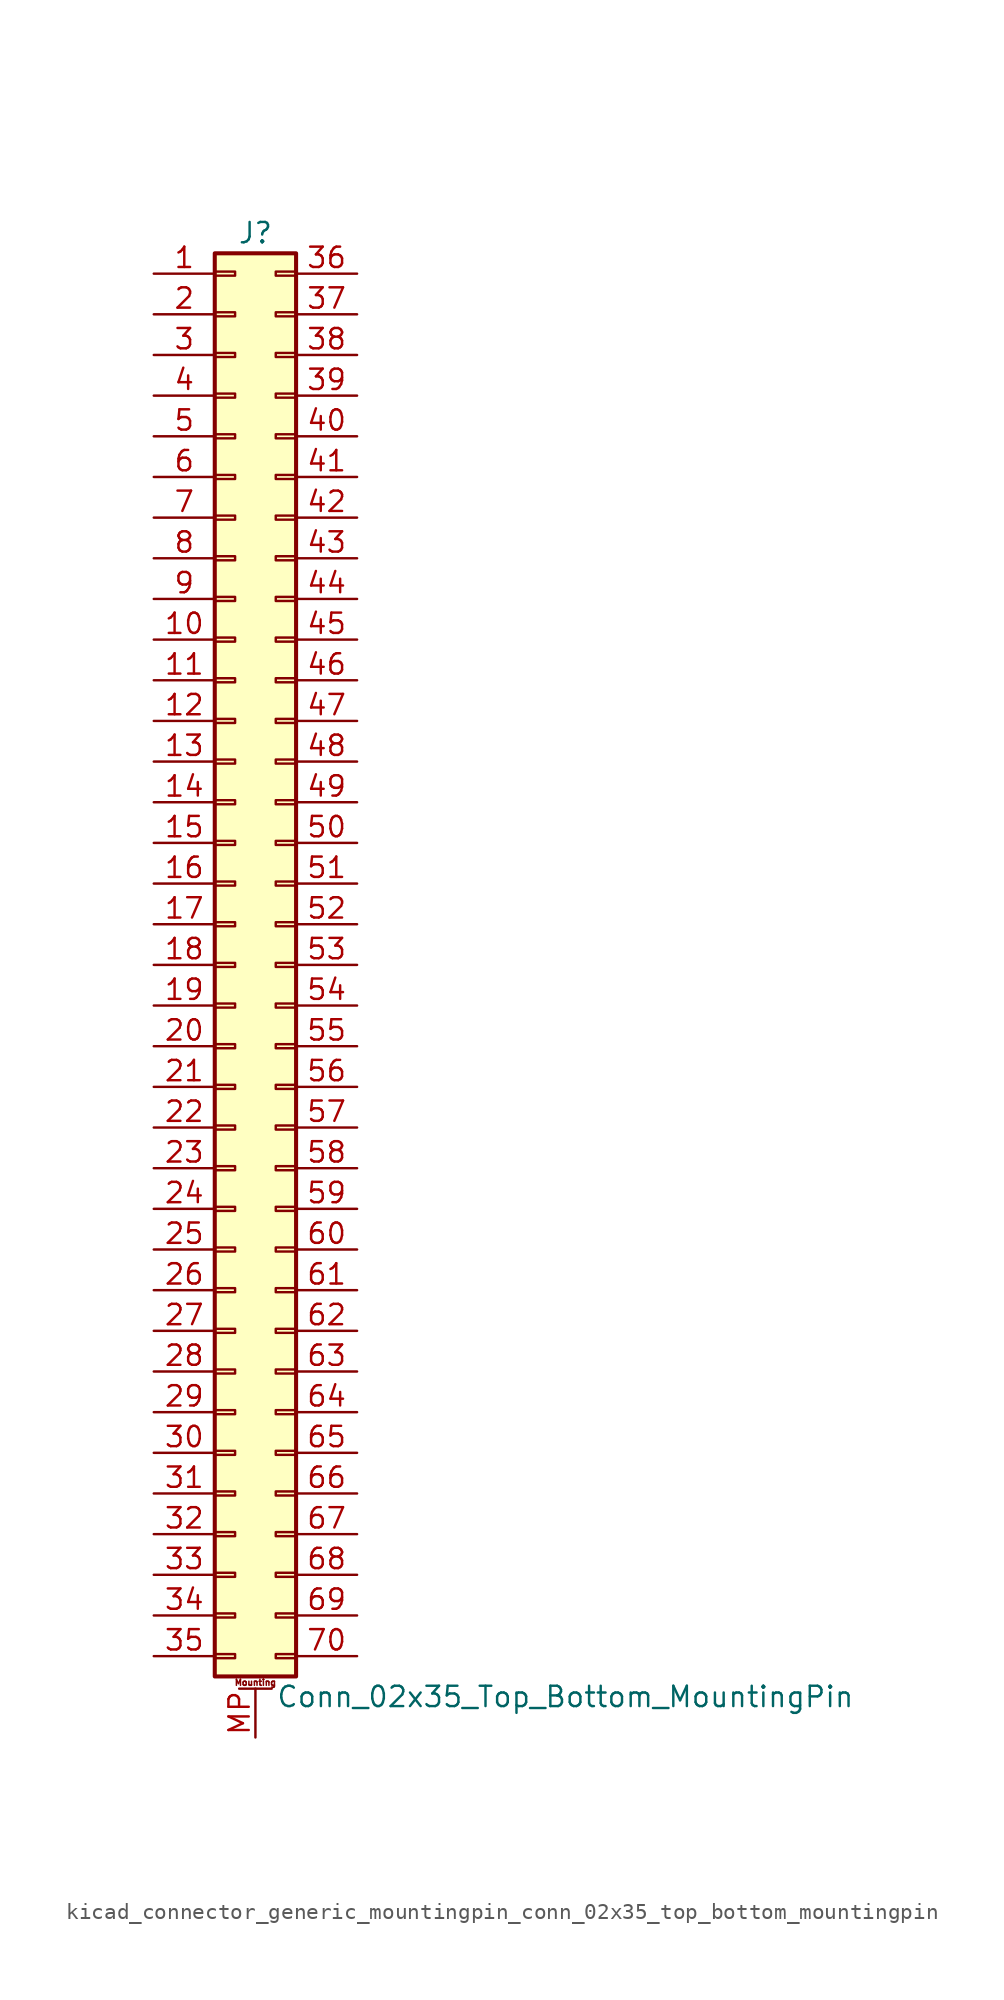
<source format=kicad_sym>
(kicad_symbol_lib
  (version 20220914)
  (generator kicad_symbol_editor)
  (symbol "kicad_connector_generic_mountingpin_conn_02x35_top_bottom_mountingpin"
    (pin_names
      (offset 1.016) hide)
    (property "Reference" "J"
      (at 1.27 45.72 0)
      (effects (font (size 1.27 1.27))))
    (property "Value" "Conn_02x35_Top_Bottom_MountingPin"
      (at 2.54 -45.72 0)
      (effects (font (size 1.27 1.27)) (justify left)))
    (symbol "kicad_connector_generic_mountingpin_conn_02x35_top_bottom_mountingpin_1_1"
      (rectangle (start -1.27 -43.053) (end 0 -43.307) (stroke (width 0.152) (type default)) (fill (type none)))
      (rectangle (start -1.27 -40.513) (end 0 -40.767) (stroke (width 0.152) (type default)) (fill (type none)))
      (rectangle (start -1.27 -37.973) (end 0 -38.227) (stroke (width 0.152) (type default)) (fill (type none)))
      (rectangle (start -1.27 -35.433) (end 0 -35.687) (stroke (width 0.152) (type default)) (fill (type none)))
      (rectangle (start -1.27 -32.893) (end 0 -33.147) (stroke (width 0.152) (type default)) (fill (type none)))
      (rectangle (start -1.27 -30.353) (end 0 -30.607) (stroke (width 0.152) (type default)) (fill (type none)))
      (rectangle (start -1.27 -27.813) (end 0 -28.067) (stroke (width 0.152) (type default)) (fill (type none)))
      (rectangle (start -1.27 -25.273) (end 0 -25.527) (stroke (width 0.152) (type default)) (fill (type none)))
      (rectangle (start -1.27 -22.733) (end 0 -22.987) (stroke (width 0.152) (type default)) (fill (type none)))
      (rectangle (start -1.27 -20.193) (end 0 -20.447) (stroke (width 0.152) (type default)) (fill (type none)))
      (rectangle (start -1.27 -17.653) (end 0 -17.907) (stroke (width 0.152) (type default)) (fill (type none)))
      (rectangle (start -1.27 -15.113) (end 0 -15.367) (stroke (width 0.152) (type default)) (fill (type none)))
      (rectangle (start -1.27 -12.573) (end 0 -12.827) (stroke (width 0.152) (type default)) (fill (type none)))
      (rectangle (start -1.27 -10.033) (end 0 -10.287) (stroke (width 0.152) (type default)) (fill (type none)))
      (rectangle (start -1.27 -7.493) (end 0 -7.747) (stroke (width 0.152) (type default)) (fill (type none)))
      (rectangle (start -1.27 -4.953) (end 0 -5.207) (stroke (width 0.152) (type default)) (fill (type none)))
      (rectangle (start -1.27 -2.413) (end 0 -2.667) (stroke (width 0.152) (type default)) (fill (type none)))
      (rectangle (start -1.27 0.127) (end 0 -0.127) (stroke (width 0.152) (type default)) (fill (type none)))
      (rectangle (start -1.27 2.667) (end 0 2.413) (stroke (width 0.152) (type default)) (fill (type none)))
      (rectangle (start -1.27 5.207) (end 0 4.953) (stroke (width 0.152) (type default)) (fill (type none)))
      (rectangle (start -1.27 7.747) (end 0 7.493) (stroke (width 0.152) (type default)) (fill (type none)))
      (rectangle (start -1.27 10.287) (end 0 10.033) (stroke (width 0.152) (type default)) (fill (type none)))
      (rectangle (start -1.27 12.827) (end 0 12.573) (stroke (width 0.152) (type default)) (fill (type none)))
      (rectangle (start -1.27 15.367) (end 0 15.113) (stroke (width 0.152) (type default)) (fill (type none)))
      (rectangle (start -1.27 17.907) (end 0 17.653) (stroke (width 0.152) (type default)) (fill (type none)))
      (rectangle (start -1.27 20.447) (end 0 20.193) (stroke (width 0.152) (type default)) (fill (type none)))
      (rectangle (start -1.27 22.987) (end 0 22.733) (stroke (width 0.152) (type default)) (fill (type none)))
      (rectangle (start -1.27 25.527) (end 0 25.273) (stroke (width 0.152) (type default)) (fill (type none)))
      (rectangle (start -1.27 28.067) (end 0 27.813) (stroke (width 0.152) (type default)) (fill (type none)))
      (rectangle (start -1.27 30.607) (end 0 30.353) (stroke (width 0.152) (type default)) (fill (type none)))
      (rectangle (start -1.27 33.147) (end 0 32.893) (stroke (width 0.152) (type default)) (fill (type none)))
      (rectangle (start -1.27 35.687) (end 0 35.433) (stroke (width 0.152) (type default)) (fill (type none)))
      (rectangle (start -1.27 38.227) (end 0 37.973) (stroke (width 0.152) (type default)) (fill (type none)))
      (rectangle (start -1.27 40.767) (end 0 40.513) (stroke (width 0.152) (type default)) (fill (type none)))
      (rectangle (start -1.27 43.307) (end 0 43.053) (stroke (width 0.152) (type default)) (fill (type none)))
      (rectangle (start -1.27 44.45) (end 3.81 -44.45) (stroke (width 0.254) (type default)) (fill (type background)))
      (polyline (pts (xy 0.254 -45.212) (xy 2.286 -45.212)) (stroke (width 0.152) (type default)) (fill (type none)))
      (rectangle (start 3.81 -43.053) (end 2.54 -43.307) (stroke (width 0.152) (type default)) (fill (type none)))
      (rectangle (start 3.81 -40.513) (end 2.54 -40.767) (stroke (width 0.152) (type default)) (fill (type none)))
      (rectangle (start 3.81 -37.973) (end 2.54 -38.227) (stroke (width 0.152) (type default)) (fill (type none)))
      (rectangle (start 3.81 -35.433) (end 2.54 -35.687) (stroke (width 0.152) (type default)) (fill (type none)))
      (rectangle (start 3.81 -32.893) (end 2.54 -33.147) (stroke (width 0.152) (type default)) (fill (type none)))
      (rectangle (start 3.81 -30.353) (end 2.54 -30.607) (stroke (width 0.152) (type default)) (fill (type none)))
      (rectangle (start 3.81 -27.813) (end 2.54 -28.067) (stroke (width 0.152) (type default)) (fill (type none)))
      (rectangle (start 3.81 -25.273) (end 2.54 -25.527) (stroke (width 0.152) (type default)) (fill (type none)))
      (rectangle (start 3.81 -22.733) (end 2.54 -22.987) (stroke (width 0.152) (type default)) (fill (type none)))
      (rectangle (start 3.81 -20.193) (end 2.54 -20.447) (stroke (width 0.152) (type default)) (fill (type none)))
      (rectangle (start 3.81 -17.653) (end 2.54 -17.907) (stroke (width 0.152) (type default)) (fill (type none)))
      (rectangle (start 3.81 -15.113) (end 2.54 -15.367) (stroke (width 0.152) (type default)) (fill (type none)))
      (rectangle (start 3.81 -12.573) (end 2.54 -12.827) (stroke (width 0.152) (type default)) (fill (type none)))
      (rectangle (start 3.81 -10.033) (end 2.54 -10.287) (stroke (width 0.152) (type default)) (fill (type none)))
      (rectangle (start 3.81 -7.493) (end 2.54 -7.747) (stroke (width 0.152) (type default)) (fill (type none)))
      (rectangle (start 3.81 -4.953) (end 2.54 -5.207) (stroke (width 0.152) (type default)) (fill (type none)))
      (rectangle (start 3.81 -2.413) (end 2.54 -2.667) (stroke (width 0.152) (type default)) (fill (type none)))
      (rectangle (start 3.81 0.127) (end 2.54 -0.127) (stroke (width 0.152) (type default)) (fill (type none)))
      (rectangle (start 3.81 2.667) (end 2.54 2.413) (stroke (width 0.152) (type default)) (fill (type none)))
      (rectangle (start 3.81 5.207) (end 2.54 4.953) (stroke (width 0.152) (type default)) (fill (type none)))
      (rectangle (start 3.81 7.747) (end 2.54 7.493) (stroke (width 0.152) (type default)) (fill (type none)))
      (rectangle (start 3.81 10.287) (end 2.54 10.033) (stroke (width 0.152) (type default)) (fill (type none)))
      (rectangle (start 3.81 12.827) (end 2.54 12.573) (stroke (width 0.152) (type default)) (fill (type none)))
      (rectangle (start 3.81 15.367) (end 2.54 15.113) (stroke (width 0.152) (type default)) (fill (type none)))
      (rectangle (start 3.81 17.907) (end 2.54 17.653) (stroke (width 0.152) (type default)) (fill (type none)))
      (rectangle (start 3.81 20.447) (end 2.54 20.193) (stroke (width 0.152) (type default)) (fill (type none)))
      (rectangle (start 3.81 22.987) (end 2.54 22.733) (stroke (width 0.152) (type default)) (fill (type none)))
      (rectangle (start 3.81 25.527) (end 2.54 25.273) (stroke (width 0.152) (type default)) (fill (type none)))
      (rectangle (start 3.81 28.067) (end 2.54 27.813) (stroke (width 0.152) (type default)) (fill (type none)))
      (rectangle (start 3.81 30.607) (end 2.54 30.353) (stroke (width 0.152) (type default)) (fill (type none)))
      (rectangle (start 3.81 33.147) (end 2.54 32.893) (stroke (width 0.152) (type default)) (fill (type none)))
      (rectangle (start 3.81 35.687) (end 2.54 35.433) (stroke (width 0.152) (type default)) (fill (type none)))
      (rectangle (start 3.81 38.227) (end 2.54 37.973) (stroke (width 0.152) (type default)) (fill (type none)))
      (rectangle (start 3.81 40.767) (end 2.54 40.513) (stroke (width 0.152) (type default)) (fill (type none)))
      (rectangle (start 3.81 43.307) (end 2.54 43.053) (stroke (width 0.152) (type default)) (fill (type none)))
      (text "Mounting" (at 1.27 -44.831 0) (effects (font (size 0.381 0.381))))
      (pin passive line (at -5.08 43.18 0) (length 3.81) (name "Pin_1" (effects (font (size 1.27 1.27)))) (number "1" (effects (font (size 1.27 1.27)))))
      (pin passive line (at -5.08 20.32 0) (length 3.81) (name "Pin_10" (effects (font (size 1.27 1.27)))) (number "10" (effects (font (size 1.27 1.27)))))
      (pin passive line (at -5.08 17.78 0) (length 3.81) (name "Pin_11" (effects (font (size 1.27 1.27)))) (number "11" (effects (font (size 1.27 1.27)))))
      (pin passive line (at -5.08 15.24 0) (length 3.81) (name "Pin_12" (effects (font (size 1.27 1.27)))) (number "12" (effects (font (size 1.27 1.27)))))
      (pin passive line (at -5.08 12.7 0) (length 3.81) (name "Pin_13" (effects (font (size 1.27 1.27)))) (number "13" (effects (font (size 1.27 1.27)))))
      (pin passive line (at -5.08 10.16 0) (length 3.81) (name "Pin_14" (effects (font (size 1.27 1.27)))) (number "14" (effects (font (size 1.27 1.27)))))
      (pin passive line (at -5.08 7.62 0) (length 3.81) (name "Pin_15" (effects (font (size 1.27 1.27)))) (number "15" (effects (font (size 1.27 1.27)))))
      (pin passive line (at -5.08 5.08 0) (length 3.81) (name "Pin_16" (effects (font (size 1.27 1.27)))) (number "16" (effects (font (size 1.27 1.27)))))
      (pin passive line (at -5.08 2.54 0) (length 3.81) (name "Pin_17" (effects (font (size 1.27 1.27)))) (number "17" (effects (font (size 1.27 1.27)))))
      (pin passive line (at -5.08 0 0) (length 3.81) (name "Pin_18" (effects (font (size 1.27 1.27)))) (number "18" (effects (font (size 1.27 1.27)))))
      (pin passive line (at -5.08 -2.54 0) (length 3.81) (name "Pin_19" (effects (font (size 1.27 1.27)))) (number "19" (effects (font (size 1.27 1.27)))))
      (pin passive line (at -5.08 40.64 0) (length 3.81) (name "Pin_2" (effects (font (size 1.27 1.27)))) (number "2" (effects (font (size 1.27 1.27)))))
      (pin passive line (at -5.08 -5.08 0) (length 3.81) (name "Pin_20" (effects (font (size 1.27 1.27)))) (number "20" (effects (font (size 1.27 1.27)))))
      (pin passive line (at -5.08 -7.62 0) (length 3.81) (name "Pin_21" (effects (font (size 1.27 1.27)))) (number "21" (effects (font (size 1.27 1.27)))))
      (pin passive line (at -5.08 -10.16 0) (length 3.81) (name "Pin_22" (effects (font (size 1.27 1.27)))) (number "22" (effects (font (size 1.27 1.27)))))
      (pin passive line (at -5.08 -12.7 0) (length 3.81) (name "Pin_23" (effects (font (size 1.27 1.27)))) (number "23" (effects (font (size 1.27 1.27)))))
      (pin passive line (at -5.08 -15.24 0) (length 3.81) (name "Pin_24" (effects (font (size 1.27 1.27)))) (number "24" (effects (font (size 1.27 1.27)))))
      (pin passive line (at -5.08 -17.78 0) (length 3.81) (name "Pin_25" (effects (font (size 1.27 1.27)))) (number "25" (effects (font (size 1.27 1.27)))))
      (pin passive line (at -5.08 -20.32 0) (length 3.81) (name "Pin_26" (effects (font (size 1.27 1.27)))) (number "26" (effects (font (size 1.27 1.27)))))
      (pin passive line (at -5.08 -22.86 0) (length 3.81) (name "Pin_27" (effects (font (size 1.27 1.27)))) (number "27" (effects (font (size 1.27 1.27)))))
      (pin passive line (at -5.08 -25.4 0) (length 3.81) (name "Pin_28" (effects (font (size 1.27 1.27)))) (number "28" (effects (font (size 1.27 1.27)))))
      (pin passive line (at -5.08 -27.94 0) (length 3.81) (name "Pin_29" (effects (font (size 1.27 1.27)))) (number "29" (effects (font (size 1.27 1.27)))))
      (pin passive line (at -5.08 38.1 0) (length 3.81) (name "Pin_3" (effects (font (size 1.27 1.27)))) (number "3" (effects (font (size 1.27 1.27)))))
      (pin passive line (at -5.08 -30.48 0) (length 3.81) (name "Pin_30" (effects (font (size 1.27 1.27)))) (number "30" (effects (font (size 1.27 1.27)))))
      (pin passive line (at -5.08 -33.02 0) (length 3.81) (name "Pin_31" (effects (font (size 1.27 1.27)))) (number "31" (effects (font (size 1.27 1.27)))))
      (pin passive line (at -5.08 -35.56 0) (length 3.81) (name "Pin_32" (effects (font (size 1.27 1.27)))) (number "32" (effects (font (size 1.27 1.27)))))
      (pin passive line (at -5.08 -38.1 0) (length 3.81) (name "Pin_33" (effects (font (size 1.27 1.27)))) (number "33" (effects (font (size 1.27 1.27)))))
      (pin passive line (at -5.08 -40.64 0) (length 3.81) (name "Pin_34" (effects (font (size 1.27 1.27)))) (number "34" (effects (font (size 1.27 1.27)))))
      (pin passive line (at -5.08 -43.18 0) (length 3.81) (name "Pin_35" (effects (font (size 1.27 1.27)))) (number "35" (effects (font (size 1.27 1.27)))))
      (pin passive line (at 7.62 43.18 180) (length 3.81) (name "Pin_36" (effects (font (size 1.27 1.27)))) (number "36" (effects (font (size 1.27 1.27)))))
      (pin passive line (at 7.62 40.64 180) (length 3.81) (name "Pin_37" (effects (font (size 1.27 1.27)))) (number "37" (effects (font (size 1.27 1.27)))))
      (pin passive line (at 7.62 38.1 180) (length 3.81) (name "Pin_38" (effects (font (size 1.27 1.27)))) (number "38" (effects (font (size 1.27 1.27)))))
      (pin passive line (at 7.62 35.56 180) (length 3.81) (name "Pin_39" (effects (font (size 1.27 1.27)))) (number "39" (effects (font (size 1.27 1.27)))))
      (pin passive line (at -5.08 35.56 0) (length 3.81) (name "Pin_4" (effects (font (size 1.27 1.27)))) (number "4" (effects (font (size 1.27 1.27)))))
      (pin passive line (at 7.62 33.02 180) (length 3.81) (name "Pin_40" (effects (font (size 1.27 1.27)))) (number "40" (effects (font (size 1.27 1.27)))))
      (pin passive line (at 7.62 30.48 180) (length 3.81) (name "Pin_41" (effects (font (size 1.27 1.27)))) (number "41" (effects (font (size 1.27 1.27)))))
      (pin passive line (at 7.62 27.94 180) (length 3.81) (name "Pin_42" (effects (font (size 1.27 1.27)))) (number "42" (effects (font (size 1.27 1.27)))))
      (pin passive line (at 7.62 25.4 180) (length 3.81) (name "Pin_43" (effects (font (size 1.27 1.27)))) (number "43" (effects (font (size 1.27 1.27)))))
      (pin passive line (at 7.62 22.86 180) (length 3.81) (name "Pin_44" (effects (font (size 1.27 1.27)))) (number "44" (effects (font (size 1.27 1.27)))))
      (pin passive line (at 7.62 20.32 180) (length 3.81) (name "Pin_45" (effects (font (size 1.27 1.27)))) (number "45" (effects (font (size 1.27 1.27)))))
      (pin passive line (at 7.62 17.78 180) (length 3.81) (name "Pin_46" (effects (font (size 1.27 1.27)))) (number "46" (effects (font (size 1.27 1.27)))))
      (pin passive line (at 7.62 15.24 180) (length 3.81) (name "Pin_47" (effects (font (size 1.27 1.27)))) (number "47" (effects (font (size 1.27 1.27)))))
      (pin passive line (at 7.62 12.7 180) (length 3.81) (name "Pin_48" (effects (font (size 1.27 1.27)))) (number "48" (effects (font (size 1.27 1.27)))))
      (pin passive line (at 7.62 10.16 180) (length 3.81) (name "Pin_49" (effects (font (size 1.27 1.27)))) (number "49" (effects (font (size 1.27 1.27)))))
      (pin passive line (at -5.08 33.02 0) (length 3.81) (name "Pin_5" (effects (font (size 1.27 1.27)))) (number "5" (effects (font (size 1.27 1.27)))))
      (pin passive line (at 7.62 7.62 180) (length 3.81) (name "Pin_50" (effects (font (size 1.27 1.27)))) (number "50" (effects (font (size 1.27 1.27)))))
      (pin passive line (at 7.62 5.08 180) (length 3.81) (name "Pin_51" (effects (font (size 1.27 1.27)))) (number "51" (effects (font (size 1.27 1.27)))))
      (pin passive line (at 7.62 2.54 180) (length 3.81) (name "Pin_52" (effects (font (size 1.27 1.27)))) (number "52" (effects (font (size 1.27 1.27)))))
      (pin passive line (at 7.62 0 180) (length 3.81) (name "Pin_53" (effects (font (size 1.27 1.27)))) (number "53" (effects (font (size 1.27 1.27)))))
      (pin passive line (at 7.62 -2.54 180) (length 3.81) (name "Pin_54" (effects (font (size 1.27 1.27)))) (number "54" (effects (font (size 1.27 1.27)))))
      (pin passive line (at 7.62 -5.08 180) (length 3.81) (name "Pin_55" (effects (font (size 1.27 1.27)))) (number "55" (effects (font (size 1.27 1.27)))))
      (pin passive line (at 7.62 -7.62 180) (length 3.81) (name "Pin_56" (effects (font (size 1.27 1.27)))) (number "56" (effects (font (size 1.27 1.27)))))
      (pin passive line (at 7.62 -10.16 180) (length 3.81) (name "Pin_57" (effects (font (size 1.27 1.27)))) (number "57" (effects (font (size 1.27 1.27)))))
      (pin passive line (at 7.62 -12.7 180) (length 3.81) (name "Pin_58" (effects (font (size 1.27 1.27)))) (number "58" (effects (font (size 1.27 1.27)))))
      (pin passive line (at 7.62 -15.24 180) (length 3.81) (name "Pin_59" (effects (font (size 1.27 1.27)))) (number "59" (effects (font (size 1.27 1.27)))))
      (pin passive line (at -5.08 30.48 0) (length 3.81) (name "Pin_6" (effects (font (size 1.27 1.27)))) (number "6" (effects (font (size 1.27 1.27)))))
      (pin passive line (at 7.62 -17.78 180) (length 3.81) (name "Pin_60" (effects (font (size 1.27 1.27)))) (number "60" (effects (font (size 1.27 1.27)))))
      (pin passive line (at 7.62 -20.32 180) (length 3.81) (name "Pin_61" (effects (font (size 1.27 1.27)))) (number "61" (effects (font (size 1.27 1.27)))))
      (pin passive line (at 7.62 -22.86 180) (length 3.81) (name "Pin_62" (effects (font (size 1.27 1.27)))) (number "62" (effects (font (size 1.27 1.27)))))
      (pin passive line (at 7.62 -25.4 180) (length 3.81) (name "Pin_63" (effects (font (size 1.27 1.27)))) (number "63" (effects (font (size 1.27 1.27)))))
      (pin passive line (at 7.62 -27.94 180) (length 3.81) (name "Pin_64" (effects (font (size 1.27 1.27)))) (number "64" (effects (font (size 1.27 1.27)))))
      (pin passive line (at 7.62 -30.48 180) (length 3.81) (name "Pin_65" (effects (font (size 1.27 1.27)))) (number "65" (effects (font (size 1.27 1.27)))))
      (pin passive line (at 7.62 -33.02 180) (length 3.81) (name "Pin_66" (effects (font (size 1.27 1.27)))) (number "66" (effects (font (size 1.27 1.27)))))
      (pin passive line (at 7.62 -35.56 180) (length 3.81) (name "Pin_67" (effects (font (size 1.27 1.27)))) (number "67" (effects (font (size 1.27 1.27)))))
      (pin passive line (at 7.62 -38.1 180) (length 3.81) (name "Pin_68" (effects (font (size 1.27 1.27)))) (number "68" (effects (font (size 1.27 1.27)))))
      (pin passive line (at 7.62 -40.64 180) (length 3.81) (name "Pin_69" (effects (font (size 1.27 1.27)))) (number "69" (effects (font (size 1.27 1.27)))))
      (pin passive line (at -5.08 27.94 0) (length 3.81) (name "Pin_7" (effects (font (size 1.27 1.27)))) (number "7" (effects (font (size 1.27 1.27)))))
      (pin passive line (at 7.62 -43.18 180) (length 3.81) (name "Pin_70" (effects (font (size 1.27 1.27)))) (number "70" (effects (font (size 1.27 1.27)))))
      (pin passive line (at -5.08 25.4 0) (length 3.81) (name "Pin_8" (effects (font (size 1.27 1.27)))) (number "8" (effects (font (size 1.27 1.27)))))
      (pin passive line (at -5.08 22.86 0) (length 3.81) (name "Pin_9" (effects (font (size 1.27 1.27)))) (number "9" (effects (font (size 1.27 1.27)))))
      (pin passive line (at 1.27 -48.26 90) (length 3.048) (name "MountPin" (effects (font (size 1.27 1.27)))) (number "MP" (effects (font (size 1.27 1.27))))))))
</source>
